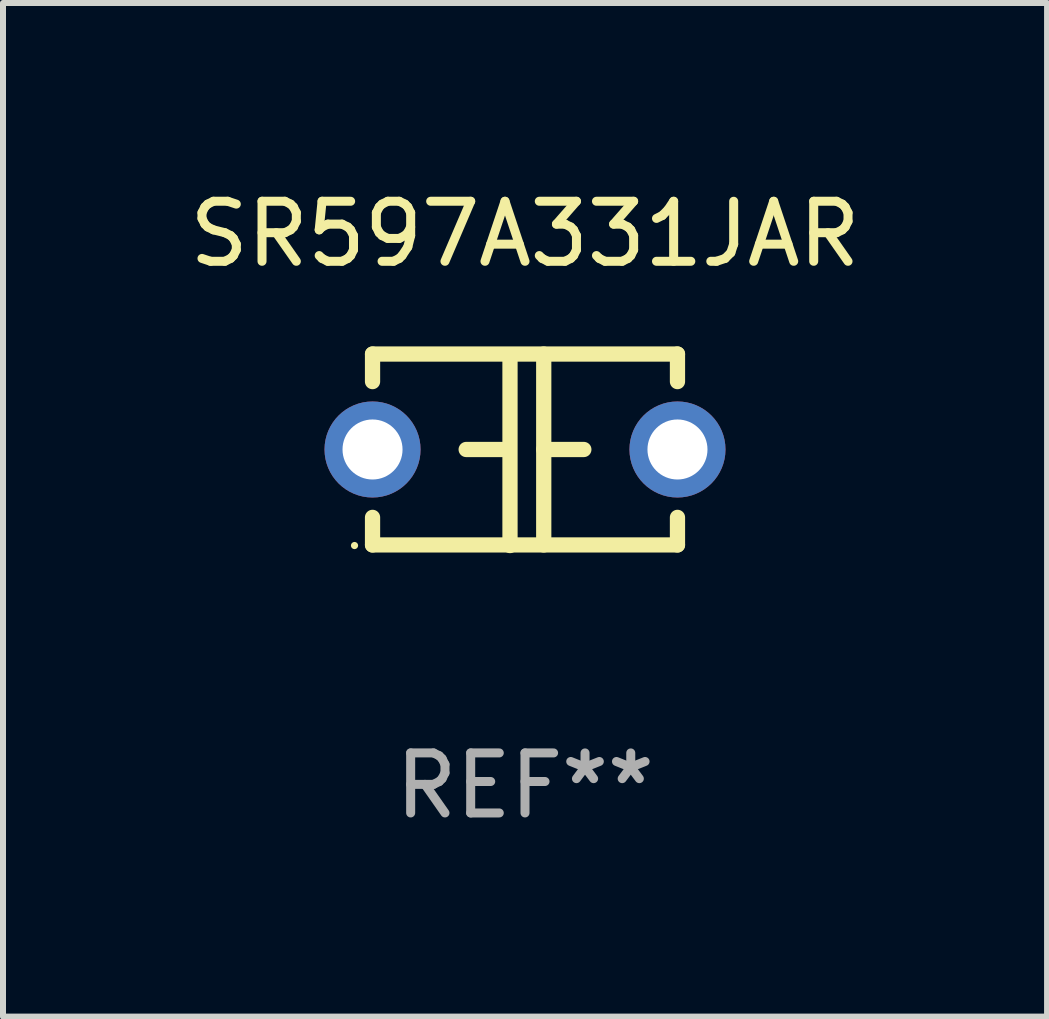
<source format=kicad_pcb>
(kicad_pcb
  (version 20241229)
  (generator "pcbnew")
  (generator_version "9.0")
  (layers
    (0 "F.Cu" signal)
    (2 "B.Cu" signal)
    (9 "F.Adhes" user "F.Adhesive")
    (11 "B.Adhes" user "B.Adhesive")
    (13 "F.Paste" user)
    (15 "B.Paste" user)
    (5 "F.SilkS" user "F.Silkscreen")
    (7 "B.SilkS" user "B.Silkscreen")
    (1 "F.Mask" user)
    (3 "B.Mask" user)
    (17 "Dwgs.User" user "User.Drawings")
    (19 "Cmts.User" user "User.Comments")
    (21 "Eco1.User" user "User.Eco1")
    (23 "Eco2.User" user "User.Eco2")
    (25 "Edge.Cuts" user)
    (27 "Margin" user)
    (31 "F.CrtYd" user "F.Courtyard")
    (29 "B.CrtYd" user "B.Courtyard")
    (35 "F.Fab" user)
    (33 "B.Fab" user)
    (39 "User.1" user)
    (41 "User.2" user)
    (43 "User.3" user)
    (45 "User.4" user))
  (footprint "SR597A331JAR"
    (layer "F.Cu")
    (at 5.696 4.443)
    (property "Reference" "SR597A331JAR" (at 0 -3.595 0) (layer "F.SilkS") (effects (font (size 1 1) (thickness 0.15))))
    (attr through_hole)
    (fp_line (start -2.54 -1.595) (end -2.54 -1.136) (stroke (width 0.254) (type solid)) (layer "F.SilkS"))
    (fp_line (start -2.54 -1.595) (end 2.54 -1.595) (stroke (width 0.254) (type solid)) (layer "F.SilkS"))
    (fp_line (start -2.54 1.126) (end -2.54 1.585) (stroke (width 0.254) (type solid)) (layer "F.SilkS"))
    (fp_line (start -0.312 -0.005) (end -0.98 -0.005) (stroke (width 0.254) (type solid)) (layer "F.SilkS"))
    (fp_line (start -0.25 -1.585) (end -0.25 1.595) (stroke (width 0.254) (type solid)) (layer "F.SilkS"))
    (fp_line (start 0.312 -1.595) (end 0.312 1.585) (stroke (width 0.254) (type solid)) (layer "F.SilkS"))
    (fp_line (start 0.312 -0.005) (end 0.98 -0.005) (stroke (width 0.254) (type solid)) (layer "F.SilkS"))
    (fp_line (start 2.54 -1.595) (end 2.54 -1.136) (stroke (width 0.254) (type solid)) (layer "F.SilkS"))
    (fp_line (start 2.54 1.126) (end 2.54 1.585) (stroke (width 0.254) (type solid)) (layer "F.SilkS"))
    (fp_line (start 2.54 1.585) (end -2.54 1.585) (stroke (width 0.254) (type solid)) (layer "F.SilkS"))
    (fp_circle (center -2.84 1.595) (end -2.81 1.595) (stroke (width 0.06) (type solid)) (fill no) (layer "F.SilkS"))
    (fp_text user "REF**" (at 0 5.595 0) (layer "F.Fab") (effects (font (size 1 1) (thickness 0.15))))
    (pad "1" thru_hole circle (at -2.54 -0.005) (size 1.6 1.6) (drill 1) (layers "*.Cu" "*.Mask"))
    (pad "2" thru_hole circle (at 2.54 -0.005) (size 1.6 1.6) (drill 1) (layers "*.Cu" "*.Mask")))
  (gr_rect
    (start -3 -3)
    (end 14.393 13.886)
    (stroke (width 0.1) (type default))
    (fill no)
    (layer "Edge.Cuts")))
</source>
